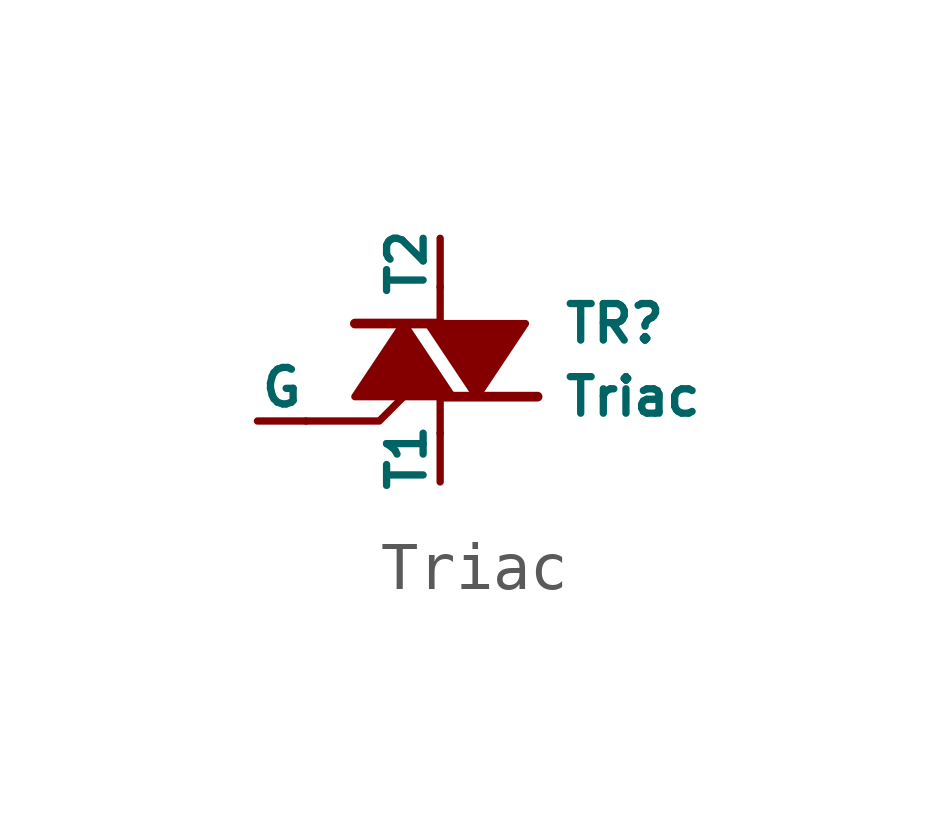
<source format=kicad_sym>
(kicad_symbol_lib
  (version 20231120)
  (generator "kicad_symbol_editor")
  (generator_version "8.0")
  (symbol "Triac"
    (pin_numbers hide)
    (pin_names
      (offset 0))
    (property "Reference" "TR"
      (at 2.54 0.762 0)
      (effects (font (size 0.762 0.762)) (justify left)))
    (property "Value" "Triac"
      (at 2.54 -0.762 0)
      (effects (font (size 0.762 0.762) (bold yes)) (justify left)))
    (symbol "Triac_0_1"
      (polyline (pts (xy 0 -1.524) (xy 0 -0.762)) (stroke (width 0) (type default)) (fill (type none)))
      (polyline (pts (xy 0 1.524) (xy 0 0.762)) (stroke (width 0) (type default)) (fill (type none)))
      (polyline (pts (xy -0.762 -0.762) (xy -1.27 -1.27) (xy -2.794 -1.27)) (stroke (width 0) (type default)) (fill (type none)))
      (polyline (pts (xy -0.254 0.762) (xy 0.762 -0.762) (xy 1.778 0.762) (xy -0.254 0.762)) (stroke (width 0) (type solid)) (fill (type outline)))
      (polyline (pts (xy 0.254 -0.762) (xy -0.762 0.762) (xy -1.778 -0.762) (xy 0.254 -0.762)) (stroke (width 0) (type solid)) (fill (type outline))))
    (symbol "Triac_1_1"
      (polyline (pts (xy -1.778 0.762) (xy 0 0.762)) (stroke (width 0.203) (type solid)) (fill (type none)))
      (polyline (pts (xy 0 -0.762) (xy 2.032 -0.762)) (stroke (width 0.203) (type solid)) (fill (type none)))
      (pin passive line (at 0 -2.54 90) (length 1.016) (name "T1" (effects (font (size 0.762 0.762)))) (number "1" (effects (font (size 0.762 0.762)))))
      (pin passive line (at 0 2.54 270) (length 1.016) (name "T2" (effects (font (size 0.762 0.762)))) (number "2" (effects (font (size 0.762 0.762)))))
      (pin passive line (at -3.81 -1.27 0) (length 1.016) (name "G" (effects (font (size 0.762 0.762)))) (number "3" (effects (font (size 0.762 0.762))))))))
</source>
